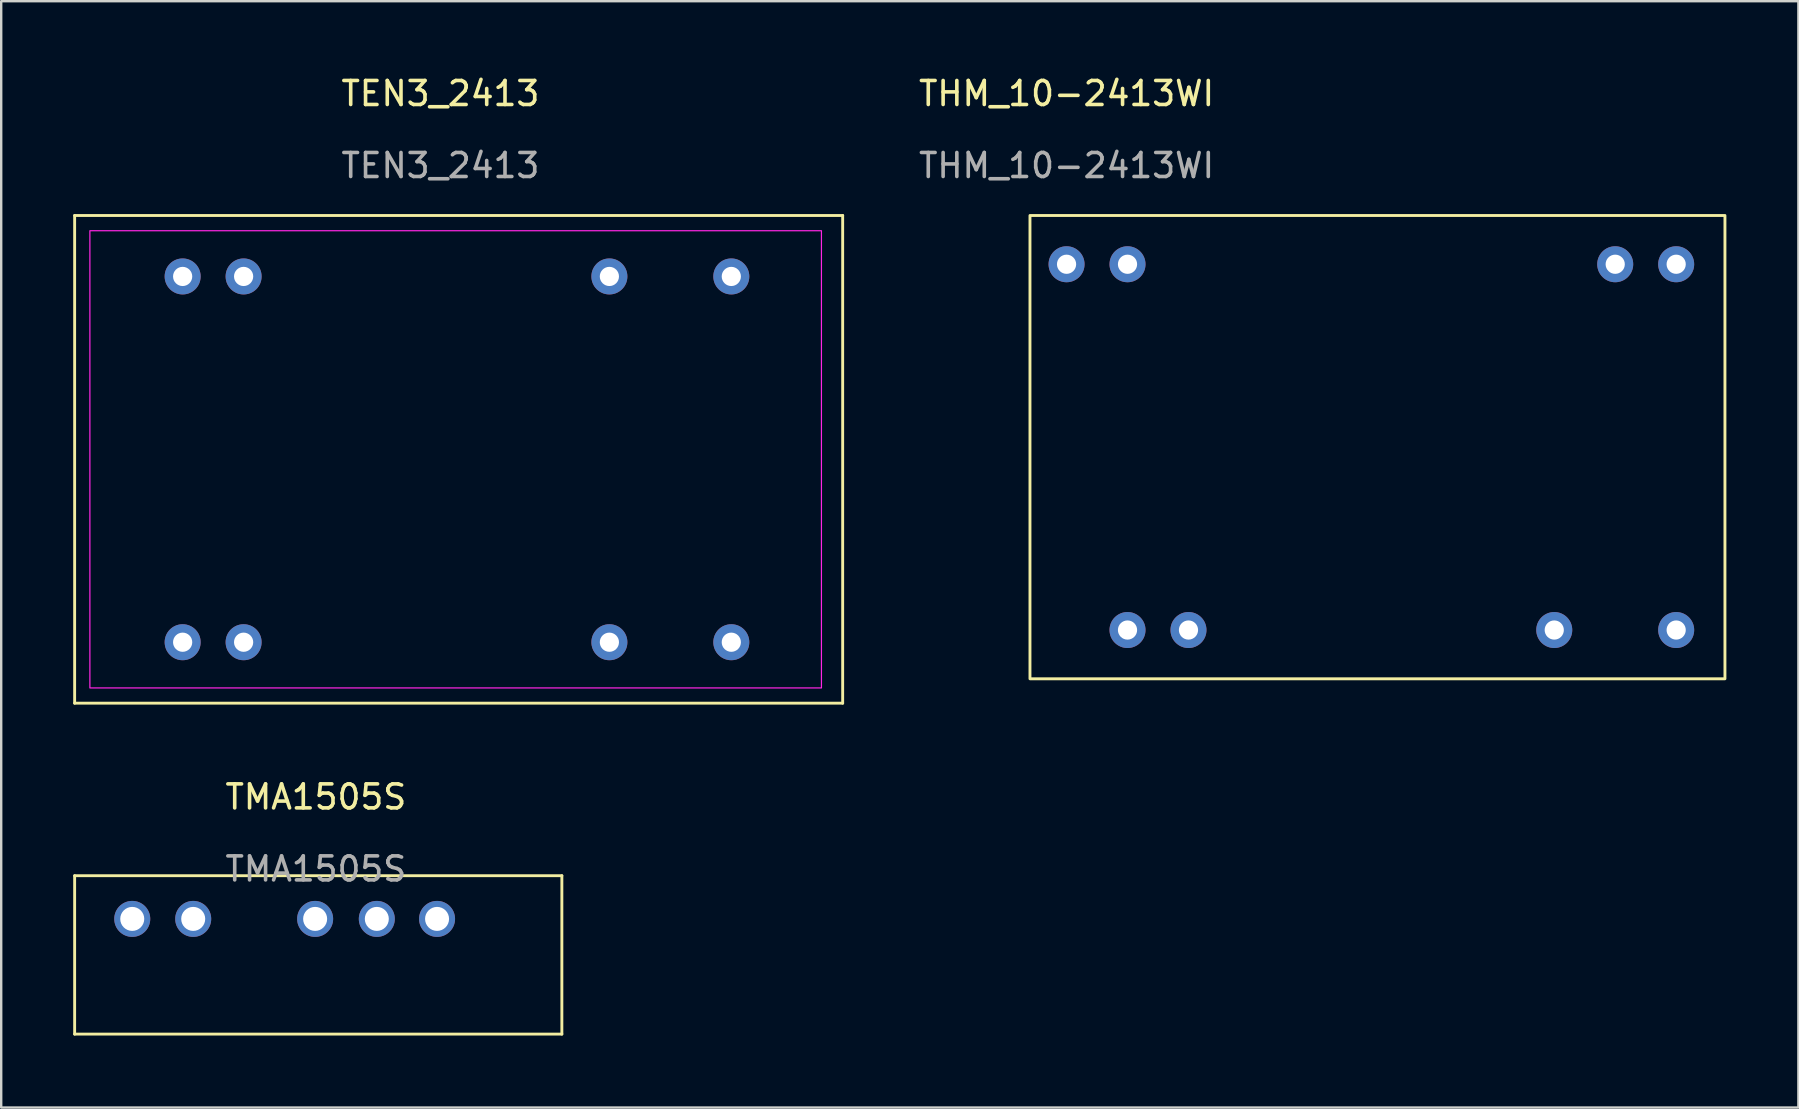
<source format=kicad_pcb>
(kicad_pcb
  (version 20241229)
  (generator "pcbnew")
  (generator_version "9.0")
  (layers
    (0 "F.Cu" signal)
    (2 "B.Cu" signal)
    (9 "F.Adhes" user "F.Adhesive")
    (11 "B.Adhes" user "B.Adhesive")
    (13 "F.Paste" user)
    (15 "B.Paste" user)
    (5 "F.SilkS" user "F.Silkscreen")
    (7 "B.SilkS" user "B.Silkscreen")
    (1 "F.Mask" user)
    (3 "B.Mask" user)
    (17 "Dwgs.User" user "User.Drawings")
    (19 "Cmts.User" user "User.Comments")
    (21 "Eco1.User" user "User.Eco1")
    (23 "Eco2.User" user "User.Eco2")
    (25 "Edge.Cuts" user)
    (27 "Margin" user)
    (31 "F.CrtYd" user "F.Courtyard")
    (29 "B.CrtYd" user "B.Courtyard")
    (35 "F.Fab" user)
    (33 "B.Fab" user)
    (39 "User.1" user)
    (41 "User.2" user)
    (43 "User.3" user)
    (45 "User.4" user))
  (footprint "TMA1505S"
    (layer "F.Cu")
    (at 10.11 35.236)
    (property "Reference" "TMA1505S" (at 0 -5.08 0) (unlocked yes) (layer "F.SilkS") (effects (font (size 1 1) (thickness 0.15))))
    (attr through_hole)
    (fp_line (start -10.05 -1.8) (end 10.25 -1.8) (stroke (width 0.12) (type solid)) (layer "F.SilkS"))
    (fp_line (start -10.05 4.8) (end -10.05 -1.8) (stroke (width 0.12) (type solid)) (layer "F.SilkS"))
    (fp_line (start 10.25 4.8) (end -10.05 4.8) (stroke (width 0.12) (type solid)) (layer "F.SilkS"))
    (fp_line (start 10.25 4.8) (end 10.25 -1.8) (stroke (width 0.12) (type solid)) (layer "F.SilkS"))
    (fp_text user "${REFERENCE}" (at 0 -2.08 0) (unlocked yes) (layer "F.Fab") (effects (font (size 1 1) (thickness 0.15))))
    (pad "1" thru_hole circle (at -7.65 0) (size 1.5 1.5) (drill 1) (layers "*.Cu" "*.Mask"))
    (pad "2" thru_hole circle (at -5.11 0) (size 1.5 1.5) (drill 1) (layers "*.Cu" "*.Mask"))
    (pad "4" thru_hole circle (at -0.03 0) (size 1.5 1.5) (drill 1) (layers "*.Cu" "*.Mask"))
    (pad "5" thru_hole circle (at 2.54 0) (size 1.5 1.5) (drill 1) (layers "*.Cu" "*.Mask"))
    (pad "6" thru_hole circle (at 5.05 0) (size 1.5 1.5) (drill 1) (layers "*.Cu" "*.Mask")))
  (footprint "THM_10-2413WI"
    (layer "F.Cu")
    (at 41.388 7.96)
    (property "Reference" "THM_10-2413WI" (at 0 -7.112 0) (unlocked yes) (layer "F.SilkS") (effects (font (size 1 1) (thickness 0.15))))
    (attr smd)
    (fp_rect (start -1.524 -2.032) (end 27.432 17.272) (stroke (width 0.12) (type solid)) (fill no) (layer "F.SilkS"))
    (fp_text user "${REFERENCE}" (at 0 -4.112 0) (unlocked yes) (layer "F.Fab") (effects (font (size 1 1) (thickness 0.15))))
    (pad "1" thru_hole circle (at 0 0) (size 1.5 1.5) (drill 0.8) (layers "*.Cu" "*.Mask"))
    (pad "2" thru_hole circle (at 2.54 0) (size 1.5 1.5) (drill 0.8) (layers "*.Cu" "*.Mask"))
    (pad "10" thru_hole circle (at 22.86 0) (size 1.5 1.5) (drill 0.8) (layers "*.Cu" "*.Mask"))
    (pad "11" thru_hole circle (at 25.4 0) (size 1.5 1.5) (drill 0.8) (layers "*.Cu" "*.Mask"))
    (pad "14" thru_hole circle (at 25.4 15.24) (size 1.5 1.5) (drill 0.8) (layers "*.Cu" "*.Mask"))
    (pad "16" thru_hole circle (at 20.32 15.24) (size 1.5 1.5) (drill 0.8) (layers "*.Cu" "*.Mask"))
    (pad "22" thru_hole circle (at 5.08 15.24) (size 1.5 1.5) (drill 0.8) (layers "*.Cu" "*.Mask"))
    (pad "23" thru_hole circle (at 2.54 15.24) (size 1.5 1.5) (drill 0.8) (layers "*.Cu" "*.Mask")))
  (footprint "TEN3_2413"
    (layer "F.Cu")
    (at 15.3 8.468)
    (property "Reference" "TEN3_2413" (at 0 -7.62 0) (unlocked yes) (layer "F.SilkS") (effects (font (size 1 1) (thickness 0.15))))
    (attr smd)
    (fp_line (start -15.24 -2.54) (end -15.24 17.78) (stroke (width 0.12) (type solid)) (layer "F.SilkS"))
    (fp_line (start 16.76 -2.54) (end -15.24 -2.54) (stroke (width 0.12) (type solid)) (layer "F.SilkS"))
    (fp_line (start 16.76 -2.54) (end 16.76 17.78) (stroke (width 0.12) (type solid)) (layer "F.SilkS"))
    (fp_line (start 16.76 17.78) (end -15.24 17.78) (stroke (width 0.12) (type solid)) (layer "F.SilkS"))
    (fp_rect (start -14.605 -1.905) (end 15.875 17.145) (stroke (width 0.05) (type solid)) (fill no) (layer "F.CrtYd"))
    (fp_text user "${REFERENCE}" (at 0 -4.62 0) (unlocked yes) (layer "F.Fab") (effects (font (size 1 1) (thickness 0.15))))
    (pad "2" thru_hole circle (at -10.74 15.24) (size 1.5 1.5) (drill 0.8) (layers "*.Cu" "*.Mask"))
    (pad "3" thru_hole circle (at -8.2 15.24) (size 1.5 1.5) (drill 0.8) (layers "*.Cu" "*.Mask"))
    (pad "9" thru_hole circle (at 7.04 15.24) (size 1.5 1.5) (drill 0.8) (layers "*.Cu" "*.Mask"))
    (pad "11" thru_hole circle (at 12.12 15.24) (size 1.5 1.5) (drill 0.8) (layers "*.Cu" "*.Mask"))
    (pad "14" thru_hole circle (at 12.12 0) (size 1.5 1.5) (drill 0.8) (layers "*.Cu" "*.Mask"))
    (pad "16" thru_hole circle (at 7.04 0) (size 1.5 1.5) (drill 0.8) (layers "*.Cu" "*.Mask"))
    (pad "22" thru_hole circle (at -8.2 0) (size 1.5 1.5) (drill 0.8) (layers "*.Cu" "*.Mask"))
    (pad "23" thru_hole circle (at -10.74 0) (size 1.5 1.5) (drill 0.8) (layers "*.Cu" "*.Mask")))
  (gr_rect
    (start -3 -3)
    (end 71.88 43.096)
    (stroke (width 0.1) (type default))
    (fill no)
    (layer "Edge.Cuts")))
</source>
